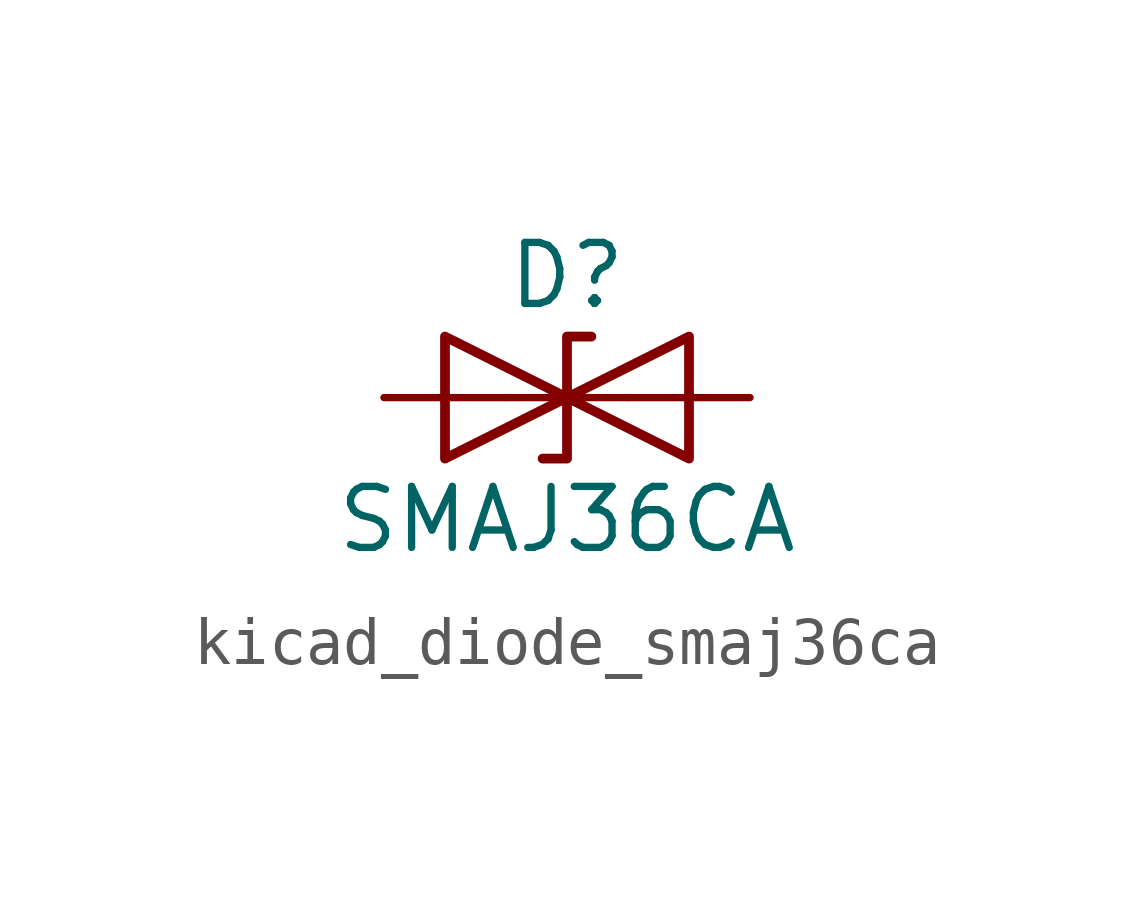
<source format=kicad_sym>
(kicad_symbol_lib
  (version 20220914)
  (generator kicad_symbol_editor)
  (symbol "kicad_diode_smaj36ca"
    (pin_numbers hide)
    (pin_names
      (offset 1.016) hide)
    (property "Reference" "D"
      (at 0 2.54 0)
      (effects (font (size 1.27 1.27))))
    (property "Value" "SMAJ36CA"
      (at 0 -2.54 0)
      (effects (font (size 1.27 1.27))))
    (symbol "kicad_diode_smaj36ca_0_1"
      (polyline (pts (xy 1.27 0) (xy -1.27 0)) (stroke (width 0) (type default)) (fill (type none)))
      (polyline (pts (xy -2.54 -1.27) (xy 0 0) (xy -2.54 1.27) (xy -2.54 -1.27)) (stroke (width 0.203) (type default)) (fill (type none)))
      (polyline (pts (xy 0.508 1.27) (xy 0 1.27) (xy 0 -1.27) (xy -0.508 -1.27)) (stroke (width 0.203) (type default)) (fill (type none)))
      (polyline (pts (xy 2.54 1.27) (xy 2.54 -1.27) (xy 0 0) (xy 2.54 1.27)) (stroke (width 0.203) (type default)) (fill (type none))))
    (symbol "kicad_diode_smaj36ca_1_1"
      (pin passive line (at -3.81 0 0) (length 2.54) (name "A1" (effects (font (size 1.27 1.27)))) (number "1" (effects (font (size 1.27 1.27)))))
      (pin passive line (at 3.81 0 180) (length 2.54) (name "A2" (effects (font (size 1.27 1.27)))) (number "2" (effects (font (size 1.27 1.27))))))))
</source>
